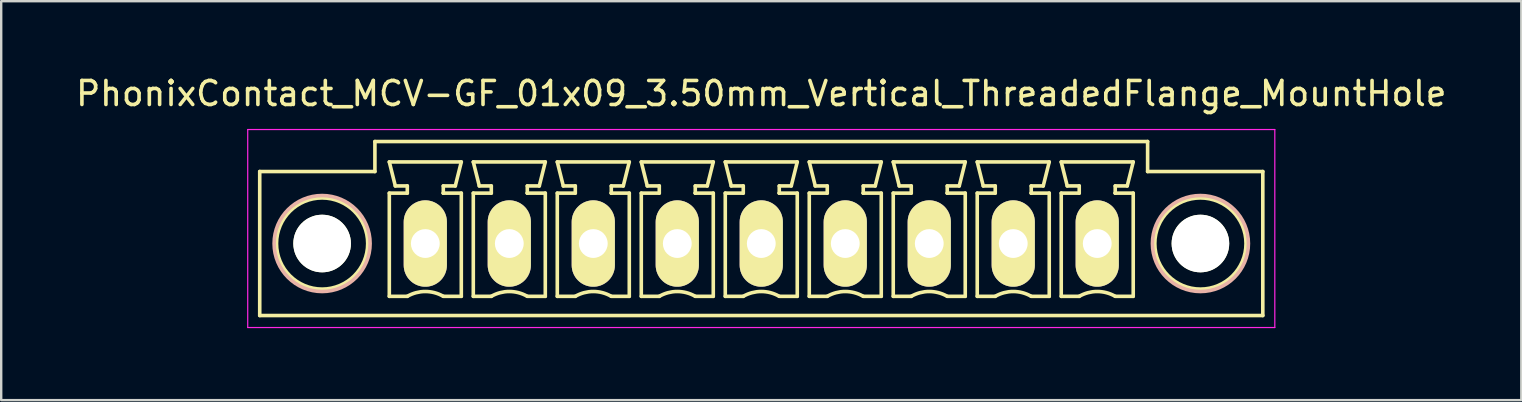
<source format=kicad_pcb>
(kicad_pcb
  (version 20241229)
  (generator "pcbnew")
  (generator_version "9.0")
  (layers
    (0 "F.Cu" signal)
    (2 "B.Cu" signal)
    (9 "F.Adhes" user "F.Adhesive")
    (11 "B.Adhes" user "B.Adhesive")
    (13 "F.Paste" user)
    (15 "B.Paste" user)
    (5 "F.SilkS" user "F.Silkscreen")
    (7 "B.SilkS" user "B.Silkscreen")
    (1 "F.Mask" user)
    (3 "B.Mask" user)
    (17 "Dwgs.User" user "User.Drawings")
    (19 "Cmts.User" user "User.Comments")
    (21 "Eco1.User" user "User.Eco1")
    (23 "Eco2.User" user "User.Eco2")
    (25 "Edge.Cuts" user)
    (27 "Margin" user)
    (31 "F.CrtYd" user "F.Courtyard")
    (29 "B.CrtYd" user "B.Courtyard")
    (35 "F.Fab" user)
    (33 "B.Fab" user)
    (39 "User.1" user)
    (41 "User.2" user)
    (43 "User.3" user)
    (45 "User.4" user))
  (footprint "PhonixContact_MCV-GF_01x09_3.50mm_Vertical_ThreadedFlange_MountHole"
    (layer "F.Cu")
    (at 14.673 7.098)
    (property "Reference" "PhonixContact_MCV-GF_01x09_3.50mm_Vertical_ThreadedFlange_MountHole" (at 14 -6.25 0) (layer "F.SilkS") (effects (font (size 1 1) (thickness 0.15))))
    (attr through_hole)
    (fp_line (start -6.9 -3) (end -6.9 3) (stroke (width 0.15) (type solid)) (layer "F.SilkS"))
    (fp_line (start -6.9 3) (end 34.9 3) (stroke (width 0.15) (type solid)) (layer "F.SilkS"))
    (fp_line (start -2.1 -4.25) (end -2.1 -3) (stroke (width 0.15) (type solid)) (layer "F.SilkS"))
    (fp_line (start -2.1 -3) (end -6.9 -3) (stroke (width 0.15) (type solid)) (layer "F.SilkS"))
    (fp_line (start -1.5 -3.4) (end 1.5 -3.4) (stroke (width 0.15) (type solid)) (layer "F.SilkS"))
    (fp_line (start -1.5 -2.1) (end -0.75 -2.1) (stroke (width 0.15) (type solid)) (layer "F.SilkS"))
    (fp_line (start -1.5 2.2) (end -1.5 -2.1) (stroke (width 0.15) (type solid)) (layer "F.SilkS"))
    (fp_line (start -1.25 -2.4) (end -1.5 -3.4) (stroke (width 0.15) (type solid)) (layer "F.SilkS"))
    (fp_line (start -0.75 -2.4) (end -1.25 -2.4) (stroke (width 0.15) (type solid)) (layer "F.SilkS"))
    (fp_line (start -0.75 -2.1) (end -0.75 -2.4) (stroke (width 0.15) (type solid)) (layer "F.SilkS"))
    (fp_line (start -0.75 2.2) (end -1.5 2.2) (stroke (width 0.15) (type solid)) (layer "F.SilkS"))
    (fp_line (start 0.75 -2.4) (end 0.75 -2.1) (stroke (width 0.15) (type solid)) (layer "F.SilkS"))
    (fp_line (start 0.75 -2.1) (end 0.75 -2.1) (stroke (width 0.15) (type solid)) (layer "F.SilkS"))
    (fp_line (start 0.75 -2.1) (end 1.5 -2.1) (stroke (width 0.15) (type solid)) (layer "F.SilkS"))
    (fp_line (start 1.25 -2.4) (end 0.75 -2.4) (stroke (width 0.15) (type solid)) (layer "F.SilkS"))
    (fp_line (start 1.5 -3.4) (end 1.25 -2.4) (stroke (width 0.15) (type solid)) (layer "F.SilkS"))
    (fp_line (start 1.5 -2.1) (end 1.5 2.2) (stroke (width 0.15) (type solid)) (layer "F.SilkS"))
    (fp_line (start 1.5 2.2) (end 0.75 2.2) (stroke (width 0.15) (type solid)) (layer "F.SilkS"))
    (fp_line (start 2 -3.4) (end 5 -3.4) (stroke (width 0.15) (type solid)) (layer "F.SilkS"))
    (fp_line (start 2 -2.1) (end 2.75 -2.1) (stroke (width 0.15) (type solid)) (layer "F.SilkS"))
    (fp_line (start 2 2.2) (end 2 -2.1) (stroke (width 0.15) (type solid)) (layer "F.SilkS"))
    (fp_line (start 2.25 -2.4) (end 2 -3.4) (stroke (width 0.15) (type solid)) (layer "F.SilkS"))
    (fp_line (start 2.75 -2.4) (end 2.25 -2.4) (stroke (width 0.15) (type solid)) (layer "F.SilkS"))
    (fp_line (start 2.75 -2.1) (end 2.75 -2.4) (stroke (width 0.15) (type solid)) (layer "F.SilkS"))
    (fp_line (start 2.75 2.2) (end 2 2.2) (stroke (width 0.15) (type solid)) (layer "F.SilkS"))
    (fp_line (start 4.25 -2.4) (end 4.25 -2.1) (stroke (width 0.15) (type solid)) (layer "F.SilkS"))
    (fp_line (start 4.25 -2.1) (end 4.25 -2.1) (stroke (width 0.15) (type solid)) (layer "F.SilkS"))
    (fp_line (start 4.25 -2.1) (end 5 -2.1) (stroke (width 0.15) (type solid)) (layer "F.SilkS"))
    (fp_line (start 4.75 -2.4) (end 4.25 -2.4) (stroke (width 0.15) (type solid)) (layer "F.SilkS"))
    (fp_line (start 5 -3.4) (end 4.75 -2.4) (stroke (width 0.15) (type solid)) (layer "F.SilkS"))
    (fp_line (start 5 -2.1) (end 5 2.2) (stroke (width 0.15) (type solid)) (layer "F.SilkS"))
    (fp_line (start 5 2.2) (end 4.25 2.2) (stroke (width 0.15) (type solid)) (layer "F.SilkS"))
    (fp_line (start 5.5 -3.4) (end 8.5 -3.4) (stroke (width 0.15) (type solid)) (layer "F.SilkS"))
    (fp_line (start 5.5 -2.1) (end 6.25 -2.1) (stroke (width 0.15) (type solid)) (layer "F.SilkS"))
    (fp_line (start 5.5 2.2) (end 5.5 -2.1) (stroke (width 0.15) (type solid)) (layer "F.SilkS"))
    (fp_line (start 5.75 -2.4) (end 5.5 -3.4) (stroke (width 0.15) (type solid)) (layer "F.SilkS"))
    (fp_line (start 6.25 -2.4) (end 5.75 -2.4) (stroke (width 0.15) (type solid)) (layer "F.SilkS"))
    (fp_line (start 6.25 -2.1) (end 6.25 -2.4) (stroke (width 0.15) (type solid)) (layer "F.SilkS"))
    (fp_line (start 6.25 2.2) (end 5.5 2.2) (stroke (width 0.15) (type solid)) (layer "F.SilkS"))
    (fp_line (start 7.75 -2.4) (end 7.75 -2.1) (stroke (width 0.15) (type solid)) (layer "F.SilkS"))
    (fp_line (start 7.75 -2.1) (end 7.75 -2.1) (stroke (width 0.15) (type solid)) (layer "F.SilkS"))
    (fp_line (start 7.75 -2.1) (end 8.5 -2.1) (stroke (width 0.15) (type solid)) (layer "F.SilkS"))
    (fp_line (start 8.25 -2.4) (end 7.75 -2.4) (stroke (width 0.15) (type solid)) (layer "F.SilkS"))
    (fp_line (start 8.5 -3.4) (end 8.25 -2.4) (stroke (width 0.15) (type solid)) (layer "F.SilkS"))
    (fp_line (start 8.5 -2.1) (end 8.5 2.2) (stroke (width 0.15) (type solid)) (layer "F.SilkS"))
    (fp_line (start 8.5 2.2) (end 7.75 2.2) (stroke (width 0.15) (type solid)) (layer "F.SilkS"))
    (fp_line (start 9 -3.4) (end 12 -3.4) (stroke (width 0.15) (type solid)) (layer "F.SilkS"))
    (fp_line (start 9 -2.1) (end 9.75 -2.1) (stroke (width 0.15) (type solid)) (layer "F.SilkS"))
    (fp_line (start 9 2.2) (end 9 -2.1) (stroke (width 0.15) (type solid)) (layer "F.SilkS"))
    (fp_line (start 9.25 -2.4) (end 9 -3.4) (stroke (width 0.15) (type solid)) (layer "F.SilkS"))
    (fp_line (start 9.75 -2.4) (end 9.25 -2.4) (stroke (width 0.15) (type solid)) (layer "F.SilkS"))
    (fp_line (start 9.75 -2.1) (end 9.75 -2.4) (stroke (width 0.15) (type solid)) (layer "F.SilkS"))
    (fp_line (start 9.75 2.2) (end 9 2.2) (stroke (width 0.15) (type solid)) (layer "F.SilkS"))
    (fp_line (start 11.25 -2.4) (end 11.25 -2.1) (stroke (width 0.15) (type solid)) (layer "F.SilkS"))
    (fp_line (start 11.25 -2.1) (end 11.25 -2.1) (stroke (width 0.15) (type solid)) (layer "F.SilkS"))
    (fp_line (start 11.25 -2.1) (end 12 -2.1) (stroke (width 0.15) (type solid)) (layer "F.SilkS"))
    (fp_line (start 11.75 -2.4) (end 11.25 -2.4) (stroke (width 0.15) (type solid)) (layer "F.SilkS"))
    (fp_line (start 12 -3.4) (end 11.75 -2.4) (stroke (width 0.15) (type solid)) (layer "F.SilkS"))
    (fp_line (start 12 -2.1) (end 12 2.2) (stroke (width 0.15) (type solid)) (layer "F.SilkS"))
    (fp_line (start 12 2.2) (end 11.25 2.2) (stroke (width 0.15) (type solid)) (layer "F.SilkS"))
    (fp_line (start 12.5 -3.4) (end 15.5 -3.4) (stroke (width 0.15) (type solid)) (layer "F.SilkS"))
    (fp_line (start 12.5 -2.1) (end 13.25 -2.1) (stroke (width 0.15) (type solid)) (layer "F.SilkS"))
    (fp_line (start 12.5 2.2) (end 12.5 -2.1) (stroke (width 0.15) (type solid)) (layer "F.SilkS"))
    (fp_line (start 12.75 -2.4) (end 12.5 -3.4) (stroke (width 0.15) (type solid)) (layer "F.SilkS"))
    (fp_line (start 13.25 -2.4) (end 12.75 -2.4) (stroke (width 0.15) (type solid)) (layer "F.SilkS"))
    (fp_line (start 13.25 -2.1) (end 13.25 -2.4) (stroke (width 0.15) (type solid)) (layer "F.SilkS"))
    (fp_line (start 13.25 2.2) (end 12.5 2.2) (stroke (width 0.15) (type solid)) (layer "F.SilkS"))
    (fp_line (start 14.75 -2.4) (end 14.75 -2.1) (stroke (width 0.15) (type solid)) (layer "F.SilkS"))
    (fp_line (start 14.75 -2.1) (end 14.75 -2.1) (stroke (width 0.15) (type solid)) (layer "F.SilkS"))
    (fp_line (start 14.75 -2.1) (end 15.5 -2.1) (stroke (width 0.15) (type solid)) (layer "F.SilkS"))
    (fp_line (start 15.25 -2.4) (end 14.75 -2.4) (stroke (width 0.15) (type solid)) (layer "F.SilkS"))
    (fp_line (start 15.5 -3.4) (end 15.25 -2.4) (stroke (width 0.15) (type solid)) (layer "F.SilkS"))
    (fp_line (start 15.5 -2.1) (end 15.5 2.2) (stroke (width 0.15) (type solid)) (layer "F.SilkS"))
    (fp_line (start 15.5 2.2) (end 14.75 2.2) (stroke (width 0.15) (type solid)) (layer "F.SilkS"))
    (fp_line (start 16 -3.4) (end 19 -3.4) (stroke (width 0.15) (type solid)) (layer "F.SilkS"))
    (fp_line (start 16 -2.1) (end 16.75 -2.1) (stroke (width 0.15) (type solid)) (layer "F.SilkS"))
    (fp_line (start 16 2.2) (end 16 -2.1) (stroke (width 0.15) (type solid)) (layer "F.SilkS"))
    (fp_line (start 16.25 -2.4) (end 16 -3.4) (stroke (width 0.15) (type solid)) (layer "F.SilkS"))
    (fp_line (start 16.75 -2.4) (end 16.25 -2.4) (stroke (width 0.15) (type solid)) (layer "F.SilkS"))
    (fp_line (start 16.75 -2.1) (end 16.75 -2.4) (stroke (width 0.15) (type solid)) (layer "F.SilkS"))
    (fp_line (start 16.75 2.2) (end 16 2.2) (stroke (width 0.15) (type solid)) (layer "F.SilkS"))
    (fp_line (start 18.25 -2.4) (end 18.25 -2.1) (stroke (width 0.15) (type solid)) (layer "F.SilkS"))
    (fp_line (start 18.25 -2.1) (end 18.25 -2.1) (stroke (width 0.15) (type solid)) (layer "F.SilkS"))
    (fp_line (start 18.25 -2.1) (end 19 -2.1) (stroke (width 0.15) (type solid)) (layer "F.SilkS"))
    (fp_line (start 18.75 -2.4) (end 18.25 -2.4) (stroke (width 0.15) (type solid)) (layer "F.SilkS"))
    (fp_line (start 19 -3.4) (end 18.75 -2.4) (stroke (width 0.15) (type solid)) (layer "F.SilkS"))
    (fp_line (start 19 -2.1) (end 19 2.2) (stroke (width 0.15) (type solid)) (layer "F.SilkS"))
    (fp_line (start 19 2.2) (end 18.25 2.2) (stroke (width 0.15) (type solid)) (layer "F.SilkS"))
    (fp_line (start 19.5 -3.4) (end 22.5 -3.4) (stroke (width 0.15) (type solid)) (layer "F.SilkS"))
    (fp_line (start 19.5 -2.1) (end 20.25 -2.1) (stroke (width 0.15) (type solid)) (layer "F.SilkS"))
    (fp_line (start 19.5 2.2) (end 19.5 -2.1) (stroke (width 0.15) (type solid)) (layer "F.SilkS"))
    (fp_line (start 19.75 -2.4) (end 19.5 -3.4) (stroke (width 0.15) (type solid)) (layer "F.SilkS"))
    (fp_line (start 20.25 -2.4) (end 19.75 -2.4) (stroke (width 0.15) (type solid)) (layer "F.SilkS"))
    (fp_line (start 20.25 -2.1) (end 20.25 -2.4) (stroke (width 0.15) (type solid)) (layer "F.SilkS"))
    (fp_line (start 20.25 2.2) (end 19.5 2.2) (stroke (width 0.15) (type solid)) (layer "F.SilkS"))
    (fp_line (start 21.75 -2.4) (end 21.75 -2.1) (stroke (width 0.15) (type solid)) (layer "F.SilkS"))
    (fp_line (start 21.75 -2.1) (end 21.75 -2.1) (stroke (width 0.15) (type solid)) (layer "F.SilkS"))
    (fp_line (start 21.75 -2.1) (end 22.5 -2.1) (stroke (width 0.15) (type solid)) (layer "F.SilkS"))
    (fp_line (start 22.25 -2.4) (end 21.75 -2.4) (stroke (width 0.15) (type solid)) (layer "F.SilkS"))
    (fp_line (start 22.5 -3.4) (end 22.25 -2.4) (stroke (width 0.15) (type solid)) (layer "F.SilkS"))
    (fp_line (start 22.5 -2.1) (end 22.5 2.2) (stroke (width 0.15) (type solid)) (layer "F.SilkS"))
    (fp_line (start 22.5 2.2) (end 21.75 2.2) (stroke (width 0.15) (type solid)) (layer "F.SilkS"))
    (fp_line (start 23 -3.4) (end 26 -3.4) (stroke (width 0.15) (type solid)) (layer "F.SilkS"))
    (fp_line (start 23 -2.1) (end 23.75 -2.1) (stroke (width 0.15) (type solid)) (layer "F.SilkS"))
    (fp_line (start 23 2.2) (end 23 -2.1) (stroke (width 0.15) (type solid)) (layer "F.SilkS"))
    (fp_line (start 23.25 -2.4) (end 23 -3.4) (stroke (width 0.15) (type solid)) (layer "F.SilkS"))
    (fp_line (start 23.75 -2.4) (end 23.25 -2.4) (stroke (width 0.15) (type solid)) (layer "F.SilkS"))
    (fp_line (start 23.75 -2.1) (end 23.75 -2.4) (stroke (width 0.15) (type solid)) (layer "F.SilkS"))
    (fp_line (start 23.75 2.2) (end 23 2.2) (stroke (width 0.15) (type solid)) (layer "F.SilkS"))
    (fp_line (start 25.25 -2.4) (end 25.25 -2.1) (stroke (width 0.15) (type solid)) (layer "F.SilkS"))
    (fp_line (start 25.25 -2.1) (end 25.25 -2.1) (stroke (width 0.15) (type solid)) (layer "F.SilkS"))
    (fp_line (start 25.25 -2.1) (end 26 -2.1) (stroke (width 0.15) (type solid)) (layer "F.SilkS"))
    (fp_line (start 25.75 -2.4) (end 25.25 -2.4) (stroke (width 0.15) (type solid)) (layer "F.SilkS"))
    (fp_line (start 26 -3.4) (end 25.75 -2.4) (stroke (width 0.15) (type solid)) (layer "F.SilkS"))
    (fp_line (start 26 -2.1) (end 26 2.2) (stroke (width 0.15) (type solid)) (layer "F.SilkS"))
    (fp_line (start 26 2.2) (end 25.25 2.2) (stroke (width 0.15) (type solid)) (layer "F.SilkS"))
    (fp_line (start 26.5 -3.4) (end 29.5 -3.4) (stroke (width 0.15) (type solid)) (layer "F.SilkS"))
    (fp_line (start 26.5 -2.1) (end 27.25 -2.1) (stroke (width 0.15) (type solid)) (layer "F.SilkS"))
    (fp_line (start 26.5 2.2) (end 26.5 -2.1) (stroke (width 0.15) (type solid)) (layer "F.SilkS"))
    (fp_line (start 26.75 -2.4) (end 26.5 -3.4) (stroke (width 0.15) (type solid)) (layer "F.SilkS"))
    (fp_line (start 27.25 -2.4) (end 26.75 -2.4) (stroke (width 0.15) (type solid)) (layer "F.SilkS"))
    (fp_line (start 27.25 -2.1) (end 27.25 -2.4) (stroke (width 0.15) (type solid)) (layer "F.SilkS"))
    (fp_line (start 27.25 2.2) (end 26.5 2.2) (stroke (width 0.15) (type solid)) (layer "F.SilkS"))
    (fp_line (start 28.75 -2.4) (end 28.75 -2.1) (stroke (width 0.15) (type solid)) (layer "F.SilkS"))
    (fp_line (start 28.75 -2.1) (end 28.75 -2.1) (stroke (width 0.15) (type solid)) (layer "F.SilkS"))
    (fp_line (start 28.75 -2.1) (end 29.5 -2.1) (stroke (width 0.15) (type solid)) (layer "F.SilkS"))
    (fp_line (start 29.25 -2.4) (end 28.75 -2.4) (stroke (width 0.15) (type solid)) (layer "F.SilkS"))
    (fp_line (start 29.5 -3.4) (end 29.25 -2.4) (stroke (width 0.15) (type solid)) (layer "F.SilkS"))
    (fp_line (start 29.5 -2.1) (end 29.5 2.2) (stroke (width 0.15) (type solid)) (layer "F.SilkS"))
    (fp_line (start 29.5 2.2) (end 28.75 2.2) (stroke (width 0.15) (type solid)) (layer "F.SilkS"))
    (fp_line (start 30.1 -4.25) (end -2.1 -4.25) (stroke (width 0.15) (type solid)) (layer "F.SilkS"))
    (fp_line (start 30.1 -3) (end 30.1 -4.25) (stroke (width 0.15) (type solid)) (layer "F.SilkS"))
    (fp_line (start 34.9 -3) (end 30.1 -3) (stroke (width 0.15) (type solid)) (layer "F.SilkS"))
    (fp_line (start 34.9 3) (end 34.9 -3) (stroke (width 0.15) (type solid)) (layer "F.SilkS"))
    (fp_arc (start -0.75 2.2) (mid -0.006068 1.999179) (end 0.739464 2.193978) (stroke (width 0.15) (type solid)) (layer "F.SilkS"))
    (fp_arc (start 2.75 2.2) (mid 3.493932 1.999179) (end 4.239464 2.193978) (stroke (width 0.15) (type solid)) (layer "F.SilkS"))
    (fp_arc (start 6.25 2.2) (mid 6.993932 1.999179) (end 7.739464 2.193978) (stroke (width 0.15) (type solid)) (layer "F.SilkS"))
    (fp_arc (start 9.75 2.2) (mid 10.493932 1.999179) (end 11.239464 2.193978) (stroke (width 0.15) (type solid)) (layer "F.SilkS"))
    (fp_arc (start 13.25 2.2) (mid 13.993932 1.999179) (end 14.739464 2.193978) (stroke (width 0.15) (type solid)) (layer "F.SilkS"))
    (fp_arc (start 16.75 2.2) (mid 17.493932 1.999179) (end 18.239464 2.193978) (stroke (width 0.15) (type solid)) (layer "F.SilkS"))
    (fp_arc (start 20.25 2.2) (mid 20.993932 1.999179) (end 21.739464 2.193978) (stroke (width 0.15) (type solid)) (layer "F.SilkS"))
    (fp_arc (start 23.75 2.2) (mid 24.493932 1.999179) (end 25.239464 2.193978) (stroke (width 0.15) (type solid)) (layer "F.SilkS"))
    (fp_arc (start 27.25 2.2) (mid 27.993932 1.999179) (end 28.739464 2.193978) (stroke (width 0.15) (type solid)) (layer "F.SilkS"))
    (fp_circle (center -4.3 0) (end -2.4 0) (stroke (width 0.15) (type solid)) (fill no) (layer "F.SilkS"))
    (fp_circle (center 32.3 0) (end 34.2 0) (stroke (width 0.15) (type solid)) (fill no) (layer "F.SilkS"))
    (fp_circle (center -4.3 0) (end -2.3 0) (stroke (width 0.15) (type solid)) (fill no) (layer "B.SilkS"))
    (fp_circle (center 32.3 0) (end 34.3 0) (stroke (width 0.15) (type solid)) (fill no) (layer "B.SilkS"))
    (fp_line (start -7.4 -4.75) (end -7.4 3.5) (stroke (width 0.05) (type solid)) (layer "F.CrtYd"))
    (fp_line (start -7.4 3.5) (end 35.4 3.5) (stroke (width 0.05) (type solid)) (layer "F.CrtYd"))
    (fp_line (start 35.4 -4.75) (end -7.4 -4.75) (stroke (width 0.05) (type solid)) (layer "F.CrtYd"))
    (fp_line (start 35.4 3.5) (end 35.4 -4.75) (stroke (width 0.05) (type solid)) (layer "F.CrtYd"))
    (pad "" np_thru_hole circle (at -4.3 0) (size 2.4 2.4) (drill 2.4) (layers "*.Cu" "*.Mask" "F.SilkS"))
    (pad "" np_thru_hole circle (at 32.3 0) (size 2.4 2.4) (drill 2.4) (layers "*.Cu" "*.Mask" "F.SilkS"))
    (pad "1" thru_hole oval (at 0 0) (size 1.8 3.6) (drill 1.2) (layers "*.Cu" "*.Mask" "F.SilkS"))
    (pad "2" thru_hole oval (at 3.5 0) (size 1.8 3.6) (drill 1.2) (layers "*.Cu" "*.Mask" "F.SilkS"))
    (pad "3" thru_hole oval (at 7 0) (size 1.8 3.6) (drill 1.2) (layers "*.Cu" "*.Mask" "F.SilkS"))
    (pad "4" thru_hole oval (at 10.5 0) (size 1.8 3.6) (drill 1.2) (layers "*.Cu" "*.Mask" "F.SilkS"))
    (pad "5" thru_hole oval (at 14 0) (size 1.8 3.6) (drill 1.2) (layers "*.Cu" "*.Mask" "F.SilkS"))
    (pad "6" thru_hole oval (at 17.5 0) (size 1.8 3.6) (drill 1.2) (layers "*.Cu" "*.Mask" "F.SilkS"))
    (pad "7" thru_hole oval (at 21 0) (size 1.8 3.6) (drill 1.2) (layers "*.Cu" "*.Mask" "F.SilkS"))
    (pad "8" thru_hole oval (at 24.5 0) (size 1.8 3.6) (drill 1.2) (layers "*.Cu" "*.Mask" "F.SilkS"))
    (pad "9" thru_hole oval (at 28 0) (size 1.8 3.6) (drill 1.2) (layers "*.Cu" "*.Mask" "F.SilkS")))
  (gr_rect
    (start -3 -3)
    (end 60.345 13.623)
    (stroke (width 0.1) (type default))
    (fill no)
    (layer "Edge.Cuts")))
</source>
